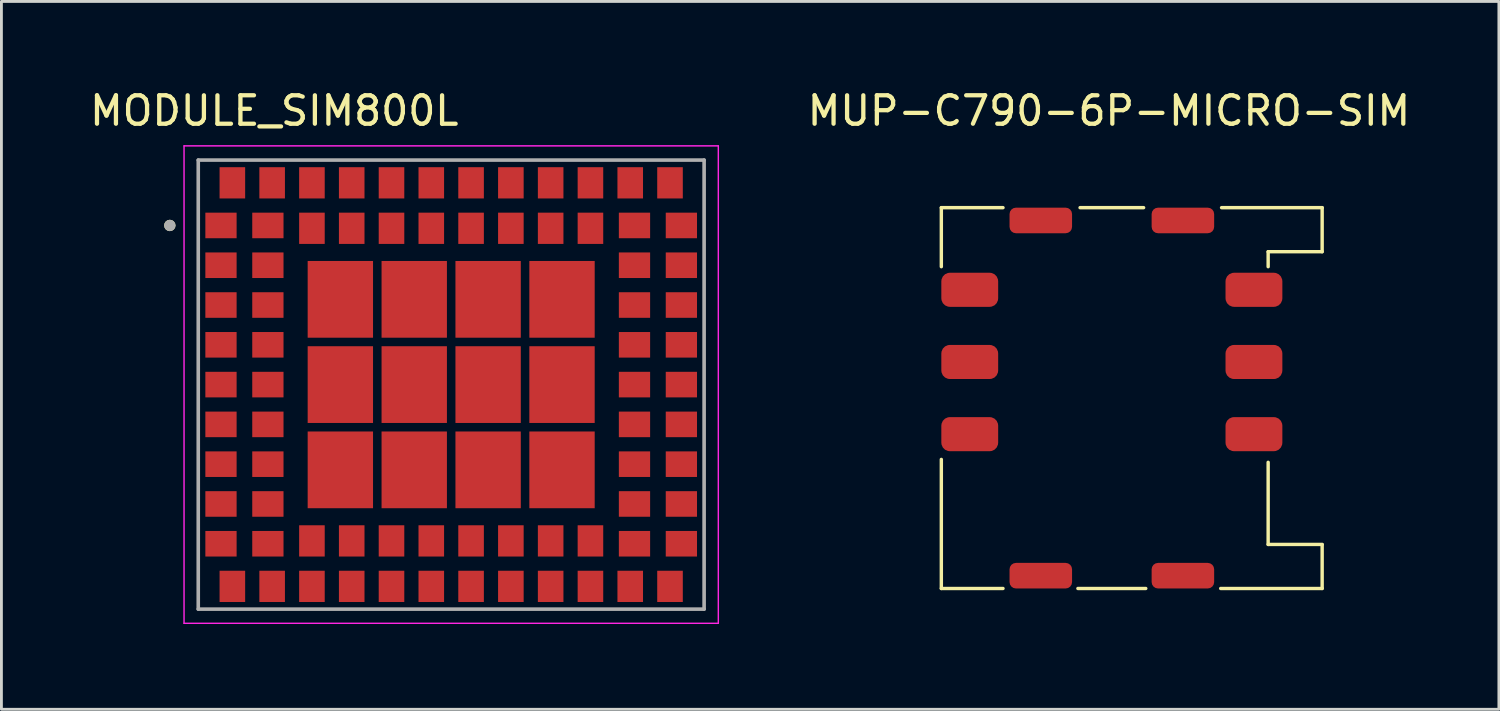
<source format=kicad_pcb>
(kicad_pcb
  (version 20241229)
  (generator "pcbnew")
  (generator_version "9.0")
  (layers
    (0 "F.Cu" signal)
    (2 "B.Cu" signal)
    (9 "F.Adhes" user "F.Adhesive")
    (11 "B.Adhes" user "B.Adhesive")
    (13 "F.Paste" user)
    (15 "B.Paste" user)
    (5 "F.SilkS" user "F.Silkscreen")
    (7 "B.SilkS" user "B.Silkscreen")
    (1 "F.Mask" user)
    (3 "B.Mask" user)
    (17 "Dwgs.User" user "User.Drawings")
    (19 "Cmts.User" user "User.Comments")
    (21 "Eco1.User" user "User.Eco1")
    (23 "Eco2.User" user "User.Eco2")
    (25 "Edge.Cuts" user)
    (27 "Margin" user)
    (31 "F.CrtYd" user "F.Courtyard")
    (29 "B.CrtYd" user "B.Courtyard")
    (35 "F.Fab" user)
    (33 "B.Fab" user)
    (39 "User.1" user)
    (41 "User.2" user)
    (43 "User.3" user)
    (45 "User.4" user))
  (footprint "MUP-C790-6P-MICRO-SIM"
    (layer "F.Cu")
    (at 36.073 10.957)
    (property "Reference" "MUP-C790-6P-MICRO-SIM" (at -0.102 -10.109 0) (unlocked yes) (layer "F.SilkS") (effects (font (size 1 1) (thickness 0.15))))
    (attr smd)
    (fp_line (start -6 -6.7) (end -6 -4.623) (stroke (width 0.12) (type solid)) (layer "F.SilkS"))
    (fp_line (start -6 2.159) (end -6 6.7) (stroke (width 0.12) (type solid)) (layer "F.SilkS"))
    (fp_line (start -6 6.7) (end -3.83 6.7) (stroke (width 0.12) (type solid)) (layer "F.SilkS"))
    (fp_line (start -3.83 -6.7) (end -6 -6.7) (stroke (width 0.12) (type solid)) (layer "F.SilkS"))
    (fp_line (start 1.118 -6.7) (end -1.118 -6.7) (stroke (width 0.12) (type solid)) (layer "F.SilkS"))
    (fp_line (start 1.194 6.7) (end -1.194 6.7) (stroke (width 0.12) (type solid)) (layer "F.SilkS"))
    (fp_line (start 3.83 6.7) (end 7.4 6.7) (stroke (width 0.12) (type solid)) (layer "F.SilkS"))
    (fp_line (start 5.5 -5.15) (end 7.4 -5.15) (stroke (width 0.12) (type solid)) (layer "F.SilkS"))
    (fp_line (start 5.5 -4.623) (end 5.5 -5.15) (stroke (width 0.12) (type solid)) (layer "F.SilkS"))
    (fp_line (start 5.5 5.15) (end 5.5 2.261) (stroke (width 0.12) (type solid)) (layer "F.SilkS"))
    (fp_line (start 7.4 -6.7) (end 3.861 -6.7) (stroke (width 0.12) (type solid)) (layer "F.SilkS"))
    (fp_line (start 7.4 -5.15) (end 7.4 -6.7) (stroke (width 0.12) (type solid)) (layer "F.SilkS"))
    (fp_line (start 7.4 5.15) (end 5.5 5.15) (stroke (width 0.12) (type solid)) (layer "F.SilkS"))
    (fp_line (start 7.4 6.7) (end 7.4 5.156) (stroke (width 0.12) (type solid)) (layer "F.SilkS"))
    (pad "0" smd roundrect (at -2.5 -6.25) (size 2.2 0.9) (layers "F.Cu" "F.Mask" "F.Paste") (roundrect_rratio 0.25))
    (pad "0" smd roundrect (at -2.5 6.25) (size 2.2 0.9) (layers "F.Cu" "F.Mask" "F.Paste") (roundrect_rratio 0.25))
    (pad "0" smd roundrect (at 2.5 -6.25) (size 2.2 0.9) (layers "F.Cu" "F.Mask" "F.Paste") (roundrect_rratio 0.25))
    (pad "0" smd roundrect (at 2.5 6.25) (size 2.2 0.9) (layers "F.Cu" "F.Mask" "F.Paste") (roundrect_rratio 0.25))
    (pad "C1" smd roundrect (at 5 -3.81) (size 2 1.2) (layers "F.Cu" "F.Mask" "F.Paste") (roundrect_rratio 0.25))
    (pad "C2" smd roundrect (at 5 -1.27) (size 2 1.2) (layers "F.Cu" "F.Mask" "F.Paste") (roundrect_rratio 0.25))
    (pad "C3" smd roundrect (at 5 1.27) (size 2 1.2) (layers "F.Cu" "F.Mask" "F.Paste") (roundrect_rratio 0.25))
    (pad "C5" smd roundrect (at -5 -3.81) (size 2 1.2) (layers "F.Cu" "F.Mask" "F.Paste") (roundrect_rratio 0.25))
    (pad "C6" smd roundrect (at -5 -1.27) (size 2 1.2) (layers "F.Cu" "F.Mask" "F.Paste") (roundrect_rratio 0.25))
    (pad "C7" smd roundrect (at -5 1.27) (size 2 1.2) (layers "F.Cu" "F.Mask" "F.Paste") (roundrect_rratio 0.25)))
  (footprint "MODULE_SIM800L"
    (layer "F.Cu")
    (at 12.826 10.483)
    (property "Reference" "MODULE_SIM800L" (at -6.225 -9.635 0) (layer "F.SilkS") (effects (font (size 1 1) (thickness 0.15))))
    (attr smd)
    (fp_circle (center -9.9 -5.6) (end -9.8 -5.6) (stroke (width 0.2) (type solid)) (fill no) (layer "F.SilkS"))
    (fp_line (start -9.4 -8.4) (end -9.4 8.4) (stroke (width 0.05) (type solid)) (layer "F.CrtYd"))
    (fp_line (start -9.4 8.4) (end 9.4 8.4) (stroke (width 0.05) (type solid)) (layer "F.CrtYd"))
    (fp_line (start 9.4 -8.4) (end -9.4 -8.4) (stroke (width 0.05) (type solid)) (layer "F.CrtYd"))
    (fp_line (start 9.4 8.4) (end 9.4 -8.4) (stroke (width 0.05) (type solid)) (layer "F.CrtYd"))
    (fp_line (start -8.9 -7.9) (end 8.9 -7.9) (stroke (width 0.127) (type solid)) (layer "F.Fab"))
    (fp_line (start -8.9 7.9) (end -8.9 -7.9) (stroke (width 0.127) (type solid)) (layer "F.Fab"))
    (fp_line (start 8.9 -7.9) (end 8.9 7.9) (stroke (width 0.127) (type solid)) (layer "F.Fab"))
    (fp_line (start 8.9 7.9) (end -8.9 7.9) (stroke (width 0.127) (type solid)) (layer "F.Fab"))
    (fp_circle (center -9.9 -5.6) (end -9.8 -5.6) (stroke (width 0.2) (type solid)) (fill no) (layer "F.Fab"))
    (pad "1" smd rect (at -8.1 -5.6) (size 1.1 0.9) (layers "F.Cu" "F.Mask" "F.Paste"))
    (pad "2" smd rect (at -8.1 -4.2) (size 1.1 0.9) (layers "F.Cu" "F.Mask" "F.Paste"))
    (pad "3" smd rect (at -8.1 -2.8) (size 1.1 0.9) (layers "F.Cu" "F.Mask" "F.Paste"))
    (pad "4" smd rect (at -8.1 -1.4) (size 1.1 0.9) (layers "F.Cu" "F.Mask" "F.Paste"))
    (pad "5" smd rect (at -8.1 0) (size 1.1 0.9) (layers "F.Cu" "F.Mask" "F.Paste"))
    (pad "6" smd rect (at -8.1 1.4) (size 1.1 0.9) (layers "F.Cu" "F.Mask" "F.Paste"))
    (pad "7" smd rect (at -8.1 2.8) (size 1.1 0.9) (layers "F.Cu" "F.Mask" "F.Paste"))
    (pad "8" smd rect (at -8.1 4.2) (size 1.1 0.9) (layers "F.Cu" "F.Mask" "F.Paste"))
    (pad "9" smd rect (at -8.1 5.6) (size 1.1 0.9) (layers "F.Cu" "F.Mask" "F.Paste"))
    (pad "10" smd rect (at -7.7 7.1) (size 0.9 1.1) (layers "F.Cu" "F.Mask" "F.Paste"))
    (pad "11" smd rect (at -6.3 7.1) (size 0.9 1.1) (layers "F.Cu" "F.Mask" "F.Paste"))
    (pad "12" smd rect (at -4.9 7.1) (size 0.9 1.1) (layers "F.Cu" "F.Mask" "F.Paste"))
    (pad "13" smd rect (at -3.5 7.1) (size 0.9 1.1) (layers "F.Cu" "F.Mask" "F.Paste"))
    (pad "14" smd rect (at -2.1 7.1) (size 0.9 1.1) (layers "F.Cu" "F.Mask" "F.Paste"))
    (pad "15" smd rect (at -0.7 7.1) (size 0.9 1.1) (layers "F.Cu" "F.Mask" "F.Paste"))
    (pad "16" smd rect (at 0.7 7.1) (size 0.9 1.1) (layers "F.Cu" "F.Mask" "F.Paste"))
    (pad "17" smd rect (at 2.1 7.1) (size 0.9 1.1) (layers "F.Cu" "F.Mask" "F.Paste"))
    (pad "18" smd rect (at 3.5 7.1) (size 0.9 1.1) (layers "F.Cu" "F.Mask" "F.Paste"))
    (pad "19" smd rect (at 4.9 7.1) (size 0.9 1.1) (layers "F.Cu" "F.Mask" "F.Paste"))
    (pad "20" smd rect (at 6.3 7.1) (size 0.9 1.1) (layers "F.Cu" "F.Mask" "F.Paste"))
    (pad "21" smd rect (at 7.7 7.1) (size 0.9 1.1) (layers "F.Cu" "F.Mask" "F.Paste"))
    (pad "22" smd rect (at 8.1 5.6) (size 1.1 0.9) (layers "F.Cu" "F.Mask" "F.Paste"))
    (pad "23" smd rect (at 8.1 4.2) (size 1.1 0.9) (layers "F.Cu" "F.Mask" "F.Paste"))
    (pad "24" smd rect (at 8.1 2.8) (size 1.1 0.9) (layers "F.Cu" "F.Mask" "F.Paste"))
    (pad "25" smd rect (at 8.1 1.4) (size 1.1 0.9) (layers "F.Cu" "F.Mask" "F.Paste"))
    (pad "26" smd rect (at 8.1 0) (size 1.1 0.9) (layers "F.Cu" "F.Mask" "F.Paste"))
    (pad "27" smd rect (at 8.1 -1.4) (size 1.1 0.9) (layers "F.Cu" "F.Mask" "F.Paste"))
    (pad "28" smd rect (at 8.1 -2.8) (size 1.1 0.9) (layers "F.Cu" "F.Mask" "F.Paste"))
    (pad "29" smd rect (at 8.1 -4.2) (size 1.1 0.9) (layers "F.Cu" "F.Mask" "F.Paste"))
    (pad "30" smd rect (at 8.1 -5.6) (size 1.1 0.9) (layers "F.Cu" "F.Mask" "F.Paste"))
    (pad "31" smd rect (at 7.7 -7.1) (size 0.9 1.1) (layers "F.Cu" "F.Mask" "F.Paste"))
    (pad "32" smd rect (at 6.3 -7.1) (size 0.9 1.1) (layers "F.Cu" "F.Mask" "F.Paste"))
    (pad "33" smd rect (at 4.9 -7.1) (size 0.9 1.1) (layers "F.Cu" "F.Mask" "F.Paste"))
    (pad "34" smd rect (at 3.5 -7.1) (size 0.9 1.1) (layers "F.Cu" "F.Mask" "F.Paste"))
    (pad "35" smd rect (at 2.1 -7.1) (size 0.9 1.1) (layers "F.Cu" "F.Mask" "F.Paste"))
    (pad "36" smd rect (at 0.7 -7.1) (size 0.9 1.1) (layers "F.Cu" "F.Mask" "F.Paste"))
    (pad "37" smd rect (at -0.7 -7.1) (size 0.9 1.1) (layers "F.Cu" "F.Mask" "F.Paste"))
    (pad "38" smd rect (at -2.1 -7.1) (size 0.9 1.1) (layers "F.Cu" "F.Mask" "F.Paste"))
    (pad "39" smd rect (at -3.5 -7.1) (size 0.9 1.1) (layers "F.Cu" "F.Mask" "F.Paste"))
    (pad "40" smd rect (at -4.9 -7.1) (size 0.9 1.1) (layers "F.Cu" "F.Mask" "F.Paste"))
    (pad "41" smd rect (at -6.3 -7.1) (size 0.9 1.1) (layers "F.Cu" "F.Mask" "F.Paste"))
    (pad "42" smd rect (at -7.7 -7.1) (size 0.9 1.1) (layers "F.Cu" "F.Mask" "F.Paste"))
    (pad "43" smd rect (at -6.45 -5.6) (size 1.1 0.9) (layers "F.Cu" "F.Mask" "F.Paste"))
    (pad "44" smd rect (at -6.45 -4.2) (size 1.1 0.9) (layers "F.Cu" "F.Mask" "F.Paste"))
    (pad "45" smd rect (at -6.45 -2.8) (size 1.1 0.9) (layers "F.Cu" "F.Mask" "F.Paste"))
    (pad "46" smd rect (at -6.45 -1.4) (size 1.1 0.9) (layers "F.Cu" "F.Mask" "F.Paste"))
    (pad "47" smd rect (at -6.45 0) (size 1.1 0.9) (layers "F.Cu" "F.Mask" "F.Paste"))
    (pad "48" smd rect (at -6.45 1.4) (size 1.1 0.9) (layers "F.Cu" "F.Mask" "F.Paste"))
    (pad "49" smd rect (at -6.45 2.8) (size 1.1 0.9) (layers "F.Cu" "F.Mask" "F.Paste"))
    (pad "50" smd rect (at -6.45 4.2) (size 1.1 0.9) (layers "F.Cu" "F.Mask" "F.Paste"))
    (pad "51" smd rect (at -6.45 5.6) (size 1.1 0.9) (layers "F.Cu" "F.Mask" "F.Paste"))
    (pad "52" smd rect (at -4.9 5.5) (size 0.9 1.1) (layers "F.Cu" "F.Mask" "F.Paste"))
    (pad "53" smd rect (at -3.5 5.5) (size 0.9 1.1) (layers "F.Cu" "F.Mask" "F.Paste"))
    (pad "54" smd rect (at -2.1 5.5) (size 0.9 1.1) (layers "F.Cu" "F.Mask" "F.Paste"))
    (pad "55" smd rect (at -0.7 5.5) (size 0.9 1.1) (layers "F.Cu" "F.Mask" "F.Paste"))
    (pad "56" smd rect (at 0.7 5.5) (size 0.9 1.1) (layers "F.Cu" "F.Mask" "F.Paste"))
    (pad "57" smd rect (at 2.1 5.5) (size 0.9 1.1) (layers "F.Cu" "F.Mask" "F.Paste"))
    (pad "58" smd rect (at 3.5 5.5) (size 0.9 1.1) (layers "F.Cu" "F.Mask" "F.Paste"))
    (pad "59" smd rect (at 4.9 5.5) (size 0.9 1.1) (layers "F.Cu" "F.Mask" "F.Paste"))
    (pad "60" smd rect (at 6.45 5.6) (size 1.1 0.9) (layers "F.Cu" "F.Mask" "F.Paste"))
    (pad "61" smd rect (at 6.45 4.2) (size 1.1 0.9) (layers "F.Cu" "F.Mask" "F.Paste"))
    (pad "62" smd rect (at 6.45 2.8) (size 1.1 0.9) (layers "F.Cu" "F.Mask" "F.Paste"))
    (pad "63" smd rect (at 6.45 1.4) (size 1.1 0.9) (layers "F.Cu" "F.Mask" "F.Paste"))
    (pad "64" smd rect (at 6.45 0) (size 1.1 0.9) (layers "F.Cu" "F.Mask" "F.Paste"))
    (pad "65" smd rect (at 6.45 -1.4) (size 1.1 0.9) (layers "F.Cu" "F.Mask" "F.Paste"))
    (pad "66" smd rect (at 6.45 -2.8) (size 1.1 0.9) (layers "F.Cu" "F.Mask" "F.Paste"))
    (pad "67" smd rect (at 6.45 -4.2) (size 1.1 0.9) (layers "F.Cu" "F.Mask" "F.Paste"))
    (pad "68" smd rect (at 6.45 -5.6) (size 1.1 0.9) (layers "F.Cu" "F.Mask" "F.Paste"))
    (pad "69" smd rect (at 4.9 -5.5) (size 0.9 1.1) (layers "F.Cu" "F.Mask" "F.Paste"))
    (pad "70" smd rect (at 3.5 -5.5) (size 0.9 1.1) (layers "F.Cu" "F.Mask" "F.Paste"))
    (pad "71" smd rect (at 2.1 -5.5) (size 0.9 1.1) (layers "F.Cu" "F.Mask" "F.Paste"))
    (pad "72" smd rect (at 0.7 -5.5) (size 0.9 1.1) (layers "F.Cu" "F.Mask" "F.Paste"))
    (pad "73" smd rect (at -0.7 -5.5) (size 0.9 1.1) (layers "F.Cu" "F.Mask" "F.Paste"))
    (pad "74" smd rect (at -2.1 -5.5) (size 0.9 1.1) (layers "F.Cu" "F.Mask" "F.Paste"))
    (pad "75" smd rect (at -3.5 -5.5) (size 0.9 1.1) (layers "F.Cu" "F.Mask" "F.Paste"))
    (pad "76" smd rect (at -4.9 -5.5) (size 0.9 1.1) (layers "F.Cu" "F.Mask" "F.Paste"))
    (pad "77" smd rect (at -3.9 -3) (size 2.3 2.7) (layers "F.Cu" "F.Mask" "F.Paste"))
    (pad "78" smd rect (at -3.9 0) (size 2.3 2.7) (layers "F.Cu" "F.Mask" "F.Paste"))
    (pad "79" smd rect (at -3.9 3) (size 2.3 2.7) (layers "F.Cu" "F.Mask" "F.Paste"))
    (pad "80" smd rect (at -1.3 3) (size 2.3 2.7) (layers "F.Cu" "F.Mask" "F.Paste"))
    (pad "81" smd rect (at 1.3 3) (size 2.3 2.7) (layers "F.Cu" "F.Mask" "F.Paste"))
    (pad "82" smd rect (at 3.9 3) (size 2.3 2.7) (layers "F.Cu" "F.Mask" "F.Paste"))
    (pad "83" smd rect (at 3.9 0) (size 2.3 2.7) (layers "F.Cu" "F.Mask" "F.Paste"))
    (pad "84" smd rect (at 3.9 -3) (size 2.3 2.7) (layers "F.Cu" "F.Mask" "F.Paste"))
    (pad "85" smd rect (at 1.3 -3) (size 2.3 2.7) (layers "F.Cu" "F.Mask" "F.Paste"))
    (pad "86" smd rect (at -1.3 -3) (size 2.3 2.7) (layers "F.Cu" "F.Mask" "F.Paste"))
    (pad "87" smd rect (at -1.3 0) (size 2.3 2.7) (layers "F.Cu" "F.Mask" "F.Paste"))
    (pad "88" smd rect (at 1.3 0) (size 2.3 2.7) (layers "F.Cu" "F.Mask" "F.Paste")))
  (gr_rect
    (start -3 -3)
    (end 49.692 21.908)
    (stroke (width 0.1) (type default))
    (fill no)
    (layer "Edge.Cuts")))
</source>
